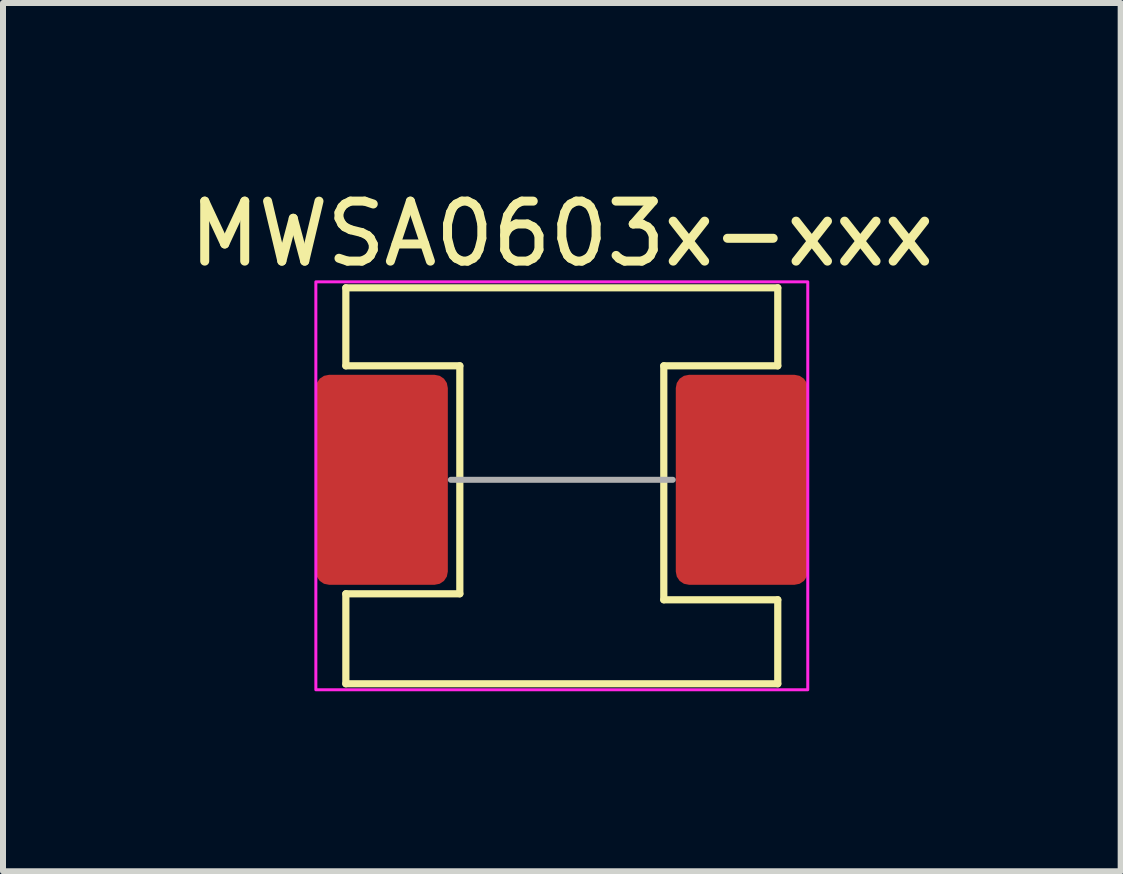
<source format=kicad_pcb>
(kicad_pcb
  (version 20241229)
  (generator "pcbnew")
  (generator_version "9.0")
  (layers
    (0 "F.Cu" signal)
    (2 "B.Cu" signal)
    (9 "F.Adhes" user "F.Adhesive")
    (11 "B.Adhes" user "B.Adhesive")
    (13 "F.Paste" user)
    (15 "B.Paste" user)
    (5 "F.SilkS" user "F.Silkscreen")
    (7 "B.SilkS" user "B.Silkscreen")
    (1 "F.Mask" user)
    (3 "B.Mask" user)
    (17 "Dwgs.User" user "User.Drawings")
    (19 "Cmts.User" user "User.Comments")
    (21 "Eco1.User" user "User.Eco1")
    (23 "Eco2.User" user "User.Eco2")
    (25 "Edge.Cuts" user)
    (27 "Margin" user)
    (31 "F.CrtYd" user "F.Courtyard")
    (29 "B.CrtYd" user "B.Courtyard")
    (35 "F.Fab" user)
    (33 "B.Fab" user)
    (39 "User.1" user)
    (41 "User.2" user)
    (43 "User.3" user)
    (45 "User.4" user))
  (footprint "MWSA0603x-xxx"
    (layer "F.Cu")
    (at 6.315 4.948)
    (property "Reference" "MWSA0603x-xxx" (at 0 -4.1 0) (unlocked yes) (layer "F.SilkS") (effects (font (size 1 1) (thickness 0.15))))
    (attr smd)
    (fp_line (start -3.6 -3.2) (end 3.6 -3.2) (stroke (width 0.12) (type solid)) (layer "F.SilkS"))
    (fp_line (start -3.6 -1.9) (end -3.6 -3.2) (stroke (width 0.12) (type solid)) (layer "F.SilkS"))
    (fp_line (start -3.6 -1.9) (end -1.7 -1.9) (stroke (width 0.12) (type solid)) (layer "F.SilkS"))
    (fp_line (start -3.6 1.9) (end -3.6 3.4) (stroke (width 0.12) (type solid)) (layer "F.SilkS"))
    (fp_line (start -1.7 -1.9) (end -1.7 1.9) (stroke (width 0.12) (type solid)) (layer "F.SilkS"))
    (fp_line (start -1.7 1.9) (end -3.6 1.9) (stroke (width 0.12) (type solid)) (layer "F.SilkS"))
    (fp_line (start 1.7 -1.9) (end 3.6 -1.9) (stroke (width 0.12) (type solid)) (layer "F.SilkS"))
    (fp_line (start 1.7 2) (end 1.7 -1.9) (stroke (width 0.12) (type solid)) (layer "F.SilkS"))
    (fp_line (start 3.6 -1.9) (end 3.6 -3.2) (stroke (width 0.12) (type solid)) (layer "F.SilkS"))
    (fp_line (start 3.6 2) (end 1.7 2) (stroke (width 0.12) (type solid)) (layer "F.SilkS"))
    (fp_line (start 3.6 2) (end 3.6 3.4) (stroke (width 0.12) (type solid)) (layer "F.SilkS"))
    (fp_line (start 3.6 3.4) (end -3.6 3.4) (stroke (width 0.12) (type solid)) (layer "F.SilkS"))
    (fp_rect (start 4.1 -3.3) (end -4.1 3.5) (stroke (width 0.05) (type solid)) (fill no) (layer "F.CrtYd"))
    (fp_line (start -1.85 0) (end 1.85 0) (stroke (width 0.1) (type solid)) (layer "F.Fab"))
    (pad "1" smd roundrect (at -3 0) (size 2.2 3.5) (layers "F.Cu" "F.Mask" "F.Paste") (roundrect_rratio 0.1))
    (pad "2" smd roundrect (at 3 0) (size 2.2 3.5) (layers "F.Cu" "F.Mask" "F.Paste") (roundrect_rratio 0.1)))
  (gr_rect
    (start -3 -3)
    (end 15.631 11.473)
    (stroke (width 0.1) (type default))
    (fill no)
    (layer "Edge.Cuts")))
</source>
